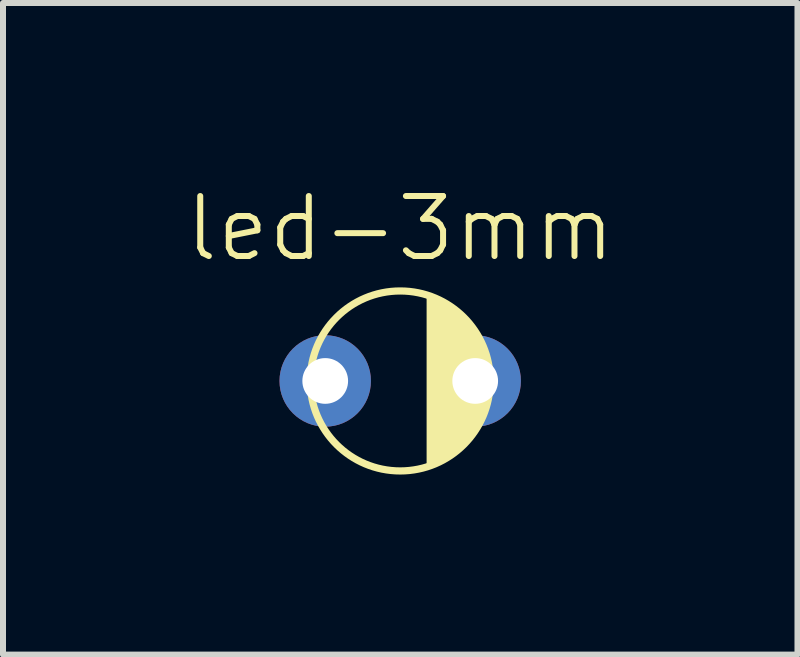
<source format=kicad_pcb>
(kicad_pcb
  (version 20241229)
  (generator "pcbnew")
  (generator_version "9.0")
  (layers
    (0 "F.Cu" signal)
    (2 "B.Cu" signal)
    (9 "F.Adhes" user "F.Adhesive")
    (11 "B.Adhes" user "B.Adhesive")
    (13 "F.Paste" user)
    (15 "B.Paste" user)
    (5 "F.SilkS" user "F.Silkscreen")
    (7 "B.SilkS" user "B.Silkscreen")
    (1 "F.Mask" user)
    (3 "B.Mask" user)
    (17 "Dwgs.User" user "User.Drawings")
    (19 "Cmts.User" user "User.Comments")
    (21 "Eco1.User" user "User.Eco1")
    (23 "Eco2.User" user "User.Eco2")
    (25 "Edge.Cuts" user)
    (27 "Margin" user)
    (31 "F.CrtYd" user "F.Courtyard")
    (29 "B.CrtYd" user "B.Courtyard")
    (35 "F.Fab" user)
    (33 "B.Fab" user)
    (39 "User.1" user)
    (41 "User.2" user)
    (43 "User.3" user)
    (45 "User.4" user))
  (footprint "led-3mm"
    (layer "F.Cu")
    (at 3.621 3.3)
    (property "Reference" "led-3mm" (at 0 -2.54 0) (unlocked yes) (layer "F.SilkS") (effects (font (size 1 1) (thickness 0.1))))
    (attr through_hole)
    (fp_circle (center 0 0) (end 0 -1.5) (stroke (width 0.12) (type solid)) (fill no) (layer "F.SilkS"))
    (fp_poly (pts (xy 1.4 0.2) (xy 1.3 0.7) (xy 0.9 1.1) (xy 0.5 1.4) (xy 0.5 -1.4) (xy 0.8 -1.2) (xy 1.1 -0.9) (xy 1.4 -0.4)) (stroke (width 0.12) (type solid)) (fill yes) (layer "F.SilkS"))
    (pad "1" thru_hole circle (at 1.25 0) (size 1.524 1.524) (drill 0.762) (layers "*.Cu" "*.Mask"))
    (pad "2" thru_hole circle (at -1.25 0) (size 1.524 1.524) (drill 0.762) (layers "*.Cu" "*.Mask")))
  (gr_rect
    (start -3 -3)
    (end 10.243 7.861)
    (stroke (width 0.1) (type default))
    (fill no)
    (layer "Edge.Cuts")))
</source>
